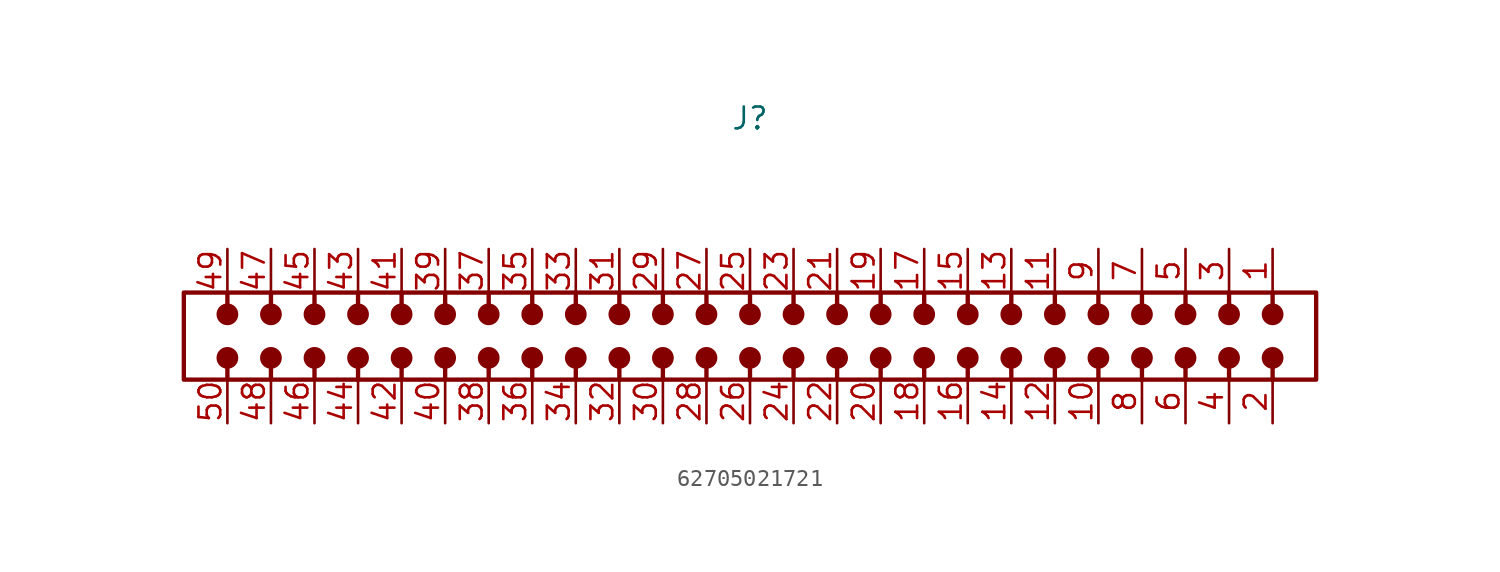
<source format=kicad_sym>
(kicad_symbol_lib
  (version 20241209)
  (generator "kicad_symbol_editor")
  (generator_version "9.0")
  (symbol "62705021721"
    (pin_names
      (hide yes))
    (property "Reference" "J"
      (at 0 12.7 0)
      (effects (font (size 1.27 1.27))))
    (symbol "62705021721_1_1"
      (rectangle (start -33.02 2.54) (end 33.02 -2.54) (stroke (width 0.254) (type solid)) (fill (type none)))
      (polyline (pts (xy -30.48 1.778) (xy -30.48 2.54)) (stroke (width 0.254) (type solid)) (fill (type none)))
      (circle (center -30.48 1.27) (radius 0.508) (stroke (width 0.254) (type solid)) (fill (type outline)))
      (circle (center -30.48 -1.27) (radius 0.508) (stroke (width 0.254) (type solid)) (fill (type outline)))
      (polyline (pts (xy -30.48 -1.778) (xy -30.48 -2.54)) (stroke (width 0.254) (type solid)) (fill (type none)))
      (polyline (pts (xy -27.94 1.778) (xy -27.94 2.54)) (stroke (width 0.254) (type solid)) (fill (type none)))
      (circle (center -27.94 1.27) (radius 0.508) (stroke (width 0.254) (type solid)) (fill (type outline)))
      (circle (center -27.94 -1.27) (radius 0.508) (stroke (width 0.254) (type solid)) (fill (type outline)))
      (polyline (pts (xy -27.94 -1.778) (xy -27.94 -2.54)) (stroke (width 0.254) (type solid)) (fill (type none)))
      (polyline (pts (xy -25.4 1.778) (xy -25.4 2.54)) (stroke (width 0.254) (type solid)) (fill (type none)))
      (circle (center -25.4 1.27) (radius 0.508) (stroke (width 0.254) (type solid)) (fill (type outline)))
      (circle (center -25.4 -1.27) (radius 0.508) (stroke (width 0.254) (type solid)) (fill (type outline)))
      (polyline (pts (xy -25.4 -1.778) (xy -25.4 -2.54)) (stroke (width 0.254) (type solid)) (fill (type none)))
      (polyline (pts (xy -22.86 1.778) (xy -22.86 2.54)) (stroke (width 0.254) (type solid)) (fill (type none)))
      (circle (center -22.86 1.27) (radius 0.508) (stroke (width 0.254) (type solid)) (fill (type outline)))
      (circle (center -22.86 -1.27) (radius 0.508) (stroke (width 0.254) (type solid)) (fill (type outline)))
      (polyline (pts (xy -22.86 -1.778) (xy -22.86 -2.54)) (stroke (width 0.254) (type solid)) (fill (type none)))
      (polyline (pts (xy -20.32 1.778) (xy -20.32 2.54)) (stroke (width 0.254) (type solid)) (fill (type none)))
      (circle (center -20.32 1.27) (radius 0.508) (stroke (width 0.254) (type solid)) (fill (type outline)))
      (circle (center -20.32 -1.27) (radius 0.508) (stroke (width 0.254) (type solid)) (fill (type outline)))
      (polyline (pts (xy -20.32 -1.778) (xy -20.32 -2.54)) (stroke (width 0.254) (type solid)) (fill (type none)))
      (polyline (pts (xy -17.78 1.778) (xy -17.78 2.54)) (stroke (width 0.254) (type solid)) (fill (type none)))
      (circle (center -17.78 1.27) (radius 0.508) (stroke (width 0.254) (type solid)) (fill (type outline)))
      (circle (center -17.78 -1.27) (radius 0.508) (stroke (width 0.254) (type solid)) (fill (type outline)))
      (polyline (pts (xy -17.78 -1.778) (xy -17.78 -2.54)) (stroke (width 0.254) (type solid)) (fill (type none)))
      (polyline (pts (xy -15.24 1.778) (xy -15.24 2.54)) (stroke (width 0.254) (type solid)) (fill (type none)))
      (circle (center -15.24 1.27) (radius 0.508) (stroke (width 0.254) (type solid)) (fill (type outline)))
      (circle (center -15.24 -1.27) (radius 0.508) (stroke (width 0.254) (type solid)) (fill (type outline)))
      (polyline (pts (xy -15.24 -1.778) (xy -15.24 -2.54)) (stroke (width 0.254) (type solid)) (fill (type none)))
      (polyline (pts (xy -12.7 1.778) (xy -12.7 2.54)) (stroke (width 0.254) (type solid)) (fill (type none)))
      (circle (center -12.7 1.27) (radius 0.508) (stroke (width 0.254) (type solid)) (fill (type outline)))
      (circle (center -12.7 -1.27) (radius 0.508) (stroke (width 0.254) (type solid)) (fill (type outline)))
      (polyline (pts (xy -12.7 -1.778) (xy -12.7 -2.54)) (stroke (width 0.254) (type solid)) (fill (type none)))
      (polyline (pts (xy -10.16 1.778) (xy -10.16 2.54)) (stroke (width 0.254) (type solid)) (fill (type none)))
      (circle (center -10.16 1.27) (radius 0.508) (stroke (width 0.254) (type solid)) (fill (type outline)))
      (circle (center -10.16 -1.27) (radius 0.508) (stroke (width 0.254) (type solid)) (fill (type outline)))
      (polyline (pts (xy -10.16 -1.778) (xy -10.16 -2.54)) (stroke (width 0.254) (type solid)) (fill (type none)))
      (polyline (pts (xy -7.62 1.778) (xy -7.62 2.54)) (stroke (width 0.254) (type solid)) (fill (type none)))
      (circle (center -7.62 1.27) (radius 0.508) (stroke (width 0.254) (type solid)) (fill (type outline)))
      (circle (center -7.62 -1.27) (radius 0.508) (stroke (width 0.254) (type solid)) (fill (type outline)))
      (polyline (pts (xy -7.62 -1.778) (xy -7.62 -2.54)) (stroke (width 0.254) (type solid)) (fill (type none)))
      (polyline (pts (xy -5.08 1.778) (xy -5.08 2.54)) (stroke (width 0.254) (type solid)) (fill (type none)))
      (circle (center -5.08 1.27) (radius 0.508) (stroke (width 0.254) (type solid)) (fill (type outline)))
      (circle (center -5.08 -1.27) (radius 0.508) (stroke (width 0.254) (type solid)) (fill (type outline)))
      (polyline (pts (xy -5.08 -1.778) (xy -5.08 -2.54)) (stroke (width 0.254) (type solid)) (fill (type none)))
      (polyline (pts (xy -2.54 1.778) (xy -2.54 2.54)) (stroke (width 0.254) (type solid)) (fill (type none)))
      (circle (center -2.54 1.27) (radius 0.508) (stroke (width 0.254) (type solid)) (fill (type outline)))
      (circle (center -2.54 -1.27) (radius 0.508) (stroke (width 0.254) (type solid)) (fill (type outline)))
      (polyline (pts (xy -2.54 -1.778) (xy -2.54 -2.54)) (stroke (width 0.254) (type solid)) (fill (type none)))
      (polyline (pts (xy 0 1.778) (xy 0 2.54)) (stroke (width 0.254) (type solid)) (fill (type none)))
      (circle (center 0 1.27) (radius 0.508) (stroke (width 0.254) (type solid)) (fill (type outline)))
      (circle (center 0 -1.27) (radius 0.508) (stroke (width 0.254) (type solid)) (fill (type outline)))
      (polyline (pts (xy 0 -1.778) (xy 0 -2.54)) (stroke (width 0.254) (type solid)) (fill (type none)))
      (polyline (pts (xy 2.54 1.778) (xy 2.54 2.54)) (stroke (width 0.254) (type solid)) (fill (type none)))
      (circle (center 2.54 1.27) (radius 0.508) (stroke (width 0.254) (type solid)) (fill (type outline)))
      (circle (center 2.54 -1.27) (radius 0.508) (stroke (width 0.254) (type solid)) (fill (type outline)))
      (polyline (pts (xy 2.54 -1.778) (xy 2.54 -2.54)) (stroke (width 0.254) (type solid)) (fill (type none)))
      (polyline (pts (xy 5.08 1.778) (xy 5.08 2.54)) (stroke (width 0.254) (type solid)) (fill (type none)))
      (circle (center 5.08 1.27) (radius 0.508) (stroke (width 0.254) (type solid)) (fill (type outline)))
      (circle (center 5.08 -1.27) (radius 0.508) (stroke (width 0.254) (type solid)) (fill (type outline)))
      (polyline (pts (xy 5.08 -1.778) (xy 5.08 -2.54)) (stroke (width 0.254) (type solid)) (fill (type none)))
      (polyline (pts (xy 7.62 1.778) (xy 7.62 2.54)) (stroke (width 0.254) (type solid)) (fill (type none)))
      (circle (center 7.62 1.27) (radius 0.508) (stroke (width 0.254) (type solid)) (fill (type outline)))
      (circle (center 7.62 -1.27) (radius 0.508) (stroke (width 0.254) (type solid)) (fill (type outline)))
      (polyline (pts (xy 7.62 -1.778) (xy 7.62 -2.54)) (stroke (width 0.254) (type solid)) (fill (type none)))
      (polyline (pts (xy 10.16 1.778) (xy 10.16 2.54)) (stroke (width 0.254) (type solid)) (fill (type none)))
      (circle (center 10.16 1.27) (radius 0.508) (stroke (width 0.254) (type solid)) (fill (type outline)))
      (circle (center 10.16 -1.27) (radius 0.508) (stroke (width 0.254) (type solid)) (fill (type outline)))
      (polyline (pts (xy 10.16 -1.778) (xy 10.16 -2.54)) (stroke (width 0.254) (type solid)) (fill (type none)))
      (polyline (pts (xy 12.7 1.778) (xy 12.7 2.54)) (stroke (width 0.254) (type solid)) (fill (type none)))
      (circle (center 12.7 1.27) (radius 0.508) (stroke (width 0.254) (type solid)) (fill (type outline)))
      (circle (center 12.7 -1.27) (radius 0.508) (stroke (width 0.254) (type solid)) (fill (type outline)))
      (polyline (pts (xy 12.7 -1.778) (xy 12.7 -2.54)) (stroke (width 0.254) (type solid)) (fill (type none)))
      (polyline (pts (xy 15.24 1.778) (xy 15.24 2.54)) (stroke (width 0.254) (type solid)) (fill (type none)))
      (circle (center 15.24 1.27) (radius 0.508) (stroke (width 0.254) (type solid)) (fill (type outline)))
      (circle (center 15.24 -1.27) (radius 0.508) (stroke (width 0.254) (type solid)) (fill (type outline)))
      (polyline (pts (xy 15.24 -1.778) (xy 15.24 -2.54)) (stroke (width 0.254) (type solid)) (fill (type none)))
      (polyline (pts (xy 17.78 1.778) (xy 17.78 2.54)) (stroke (width 0.254) (type solid)) (fill (type none)))
      (circle (center 17.78 1.27) (radius 0.508) (stroke (width 0.254) (type solid)) (fill (type outline)))
      (circle (center 17.78 -1.27) (radius 0.508) (stroke (width 0.254) (type solid)) (fill (type outline)))
      (polyline (pts (xy 17.78 -1.778) (xy 17.78 -2.54)) (stroke (width 0.254) (type solid)) (fill (type none)))
      (polyline (pts (xy 20.32 1.778) (xy 20.32 2.54)) (stroke (width 0.254) (type solid)) (fill (type none)))
      (circle (center 20.32 1.27) (radius 0.508) (stroke (width 0.254) (type solid)) (fill (type outline)))
      (circle (center 20.32 -1.27) (radius 0.508) (stroke (width 0.254) (type solid)) (fill (type outline)))
      (polyline (pts (xy 20.32 -1.778) (xy 20.32 -2.54)) (stroke (width 0.254) (type solid)) (fill (type none)))
      (polyline (pts (xy 22.86 1.778) (xy 22.86 2.54)) (stroke (width 0.254) (type solid)) (fill (type none)))
      (circle (center 22.86 1.27) (radius 0.508) (stroke (width 0.254) (type solid)) (fill (type outline)))
      (circle (center 22.86 -1.27) (radius 0.508) (stroke (width 0.254) (type solid)) (fill (type outline)))
      (polyline (pts (xy 22.86 -1.778) (xy 22.86 -2.54)) (stroke (width 0.254) (type solid)) (fill (type none)))
      (polyline (pts (xy 25.4 1.778) (xy 25.4 2.54)) (stroke (width 0.254) (type solid)) (fill (type none)))
      (circle (center 25.4 1.27) (radius 0.508) (stroke (width 0.254) (type solid)) (fill (type outline)))
      (circle (center 25.4 -1.27) (radius 0.508) (stroke (width 0.254) (type solid)) (fill (type outline)))
      (polyline (pts (xy 25.4 -1.778) (xy 25.4 -2.54)) (stroke (width 0.254) (type solid)) (fill (type none)))
      (polyline (pts (xy 27.94 1.778) (xy 27.94 2.54)) (stroke (width 0.254) (type solid)) (fill (type none)))
      (circle (center 27.94 1.27) (radius 0.508) (stroke (width 0.254) (type solid)) (fill (type outline)))
      (circle (center 27.94 -1.27) (radius 0.508) (stroke (width 0.254) (type solid)) (fill (type outline)))
      (polyline (pts (xy 27.94 -1.778) (xy 27.94 -2.54)) (stroke (width 0.254) (type solid)) (fill (type none)))
      (polyline (pts (xy 30.48 1.778) (xy 30.48 2.54)) (stroke (width 0.254) (type solid)) (fill (type none)))
      (circle (center 30.48 1.27) (radius 0.508) (stroke (width 0.254) (type solid)) (fill (type outline)))
      (circle (center 30.48 -1.27) (radius 0.508) (stroke (width 0.254) (type solid)) (fill (type outline)))
      (polyline (pts (xy 30.48 -1.778) (xy 30.48 -2.54)) (stroke (width 0.254) (type solid)) (fill (type none)))
      (pin passive line (at -30.48 5.08 270) (length 2.54) (name "49" (effects (font (size 1.27 1.27)))) (number "49" (effects (font (size 1.27 1.27)))))
      (pin passive line (at -30.48 -5.08 90) (length 2.54) (name "50" (effects (font (size 1.27 1.27)))) (number "50" (effects (font (size 1.27 1.27)))))
      (pin passive line (at -27.94 5.08 270) (length 2.54) (name "47" (effects (font (size 1.27 1.27)))) (number "47" (effects (font (size 1.27 1.27)))))
      (pin passive line (at -27.94 -5.08 90) (length 2.54) (name "48" (effects (font (size 1.27 1.27)))) (number "48" (effects (font (size 1.27 1.27)))))
      (pin passive line (at -25.4 5.08 270) (length 2.54) (name "45" (effects (font (size 1.27 1.27)))) (number "45" (effects (font (size 1.27 1.27)))))
      (pin passive line (at -25.4 -5.08 90) (length 2.54) (name "46" (effects (font (size 1.27 1.27)))) (number "46" (effects (font (size 1.27 1.27)))))
      (pin passive line (at -22.86 5.08 270) (length 2.54) (name "43" (effects (font (size 1.27 1.27)))) (number "43" (effects (font (size 1.27 1.27)))))
      (pin passive line (at -22.86 -5.08 90) (length 2.54) (name "44" (effects (font (size 1.27 1.27)))) (number "44" (effects (font (size 1.27 1.27)))))
      (pin passive line (at -20.32 5.08 270) (length 2.54) (name "41" (effects (font (size 1.27 1.27)))) (number "41" (effects (font (size 1.27 1.27)))))
      (pin passive line (at -20.32 -5.08 90) (length 2.54) (name "42" (effects (font (size 1.27 1.27)))) (number "42" (effects (font (size 1.27 1.27)))))
      (pin passive line (at -17.78 5.08 270) (length 2.54) (name "39" (effects (font (size 1.27 1.27)))) (number "39" (effects (font (size 1.27 1.27)))))
      (pin passive line (at -17.78 -5.08 90) (length 2.54) (name "40" (effects (font (size 1.27 1.27)))) (number "40" (effects (font (size 1.27 1.27)))))
      (pin passive line (at -15.24 5.08 270) (length 2.54) (name "37" (effects (font (size 1.27 1.27)))) (number "37" (effects (font (size 1.27 1.27)))))
      (pin passive line (at -15.24 -5.08 90) (length 2.54) (name "38" (effects (font (size 1.27 1.27)))) (number "38" (effects (font (size 1.27 1.27)))))
      (pin passive line (at -12.7 5.08 270) (length 2.54) (name "35" (effects (font (size 1.27 1.27)))) (number "35" (effects (font (size 1.27 1.27)))))
      (pin passive line (at -12.7 -5.08 90) (length 2.54) (name "36" (effects (font (size 1.27 1.27)))) (number "36" (effects (font (size 1.27 1.27)))))
      (pin passive line (at -10.16 5.08 270) (length 2.54) (name "33" (effects (font (size 1.27 1.27)))) (number "33" (effects (font (size 1.27 1.27)))))
      (pin passive line (at -10.16 -5.08 90) (length 2.54) (name "34" (effects (font (size 1.27 1.27)))) (number "34" (effects (font (size 1.27 1.27)))))
      (pin passive line (at -7.62 5.08 270) (length 2.54) (name "31" (effects (font (size 1.27 1.27)))) (number "31" (effects (font (size 1.27 1.27)))))
      (pin passive line (at -7.62 -5.08 90) (length 2.54) (name "32" (effects (font (size 1.27 1.27)))) (number "32" (effects (font (size 1.27 1.27)))))
      (pin passive line (at -5.08 5.08 270) (length 2.54) (name "29" (effects (font (size 1.27 1.27)))) (number "29" (effects (font (size 1.27 1.27)))))
      (pin passive line (at -5.08 -5.08 90) (length 2.54) (name "30" (effects (font (size 1.27 1.27)))) (number "30" (effects (font (size 1.27 1.27)))))
      (pin passive line (at -2.54 5.08 270) (length 2.54) (name "27" (effects (font (size 1.27 1.27)))) (number "27" (effects (font (size 1.27 1.27)))))
      (pin passive line (at -2.54 -5.08 90) (length 2.54) (name "28" (effects (font (size 1.27 1.27)))) (number "28" (effects (font (size 1.27 1.27)))))
      (pin passive line (at 0 5.08 270) (length 2.54) (name "25" (effects (font (size 1.27 1.27)))) (number "25" (effects (font (size 1.27 1.27)))))
      (pin passive line (at 0 -5.08 90) (length 2.54) (name "26" (effects (font (size 1.27 1.27)))) (number "26" (effects (font (size 1.27 1.27)))))
      (pin passive line (at 2.54 5.08 270) (length 2.54) (name "23" (effects (font (size 1.27 1.27)))) (number "23" (effects (font (size 1.27 1.27)))))
      (pin passive line (at 2.54 -5.08 90) (length 2.54) (name "24" (effects (font (size 1.27 1.27)))) (number "24" (effects (font (size 1.27 1.27)))))
      (pin passive line (at 5.08 5.08 270) (length 2.54) (name "21" (effects (font (size 1.27 1.27)))) (number "21" (effects (font (size 1.27 1.27)))))
      (pin passive line (at 5.08 -5.08 90) (length 2.54) (name "22" (effects (font (size 1.27 1.27)))) (number "22" (effects (font (size 1.27 1.27)))))
      (pin passive line (at 7.62 5.08 270) (length 2.54) (name "19" (effects (font (size 1.27 1.27)))) (number "19" (effects (font (size 1.27 1.27)))))
      (pin passive line (at 7.62 -5.08 90) (length 2.54) (name "20" (effects (font (size 1.27 1.27)))) (number "20" (effects (font (size 1.27 1.27)))))
      (pin passive line (at 10.16 5.08 270) (length 2.54) (name "17" (effects (font (size 1.27 1.27)))) (number "17" (effects (font (size 1.27 1.27)))))
      (pin passive line (at 10.16 -5.08 90) (length 2.54) (name "18" (effects (font (size 1.27 1.27)))) (number "18" (effects (font (size 1.27 1.27)))))
      (pin passive line (at 12.7 5.08 270) (length 2.54) (name "15" (effects (font (size 1.27 1.27)))) (number "15" (effects (font (size 1.27 1.27)))))
      (pin passive line (at 12.7 -5.08 90) (length 2.54) (name "16" (effects (font (size 1.27 1.27)))) (number "16" (effects (font (size 1.27 1.27)))))
      (pin passive line (at 15.24 5.08 270) (length 2.54) (name "13" (effects (font (size 1.27 1.27)))) (number "13" (effects (font (size 1.27 1.27)))))
      (pin passive line (at 15.24 -5.08 90) (length 2.54) (name "14" (effects (font (size 1.27 1.27)))) (number "14" (effects (font (size 1.27 1.27)))))
      (pin passive line (at 17.78 5.08 270) (length 2.54) (name "11" (effects (font (size 1.27 1.27)))) (number "11" (effects (font (size 1.27 1.27)))))
      (pin passive line (at 17.78 -5.08 90) (length 2.54) (name "12" (effects (font (size 1.27 1.27)))) (number "12" (effects (font (size 1.27 1.27)))))
      (pin passive line (at 20.32 5.08 270) (length 2.54) (name "9" (effects (font (size 1.27 1.27)))) (number "9" (effects (font (size 1.27 1.27)))))
      (pin passive line (at 20.32 -5.08 90) (length 2.54) (name "10" (effects (font (size 1.27 1.27)))) (number "10" (effects (font (size 1.27 1.27)))))
      (pin passive line (at 22.86 5.08 270) (length 2.54) (name "7" (effects (font (size 1.27 1.27)))) (number "7" (effects (font (size 1.27 1.27)))))
      (pin passive line (at 22.86 -5.08 90) (length 2.54) (name "8" (effects (font (size 1.27 1.27)))) (number "8" (effects (font (size 1.27 1.27)))))
      (pin passive line (at 25.4 5.08 270) (length 2.54) (name "5" (effects (font (size 1.27 1.27)))) (number "5" (effects (font (size 1.27 1.27)))))
      (pin passive line (at 25.4 -5.08 90) (length 2.54) (name "6" (effects (font (size 1.27 1.27)))) (number "6" (effects (font (size 1.27 1.27)))))
      (pin passive line (at 27.94 5.08 270) (length 2.54) (name "3" (effects (font (size 1.27 1.27)))) (number "3" (effects (font (size 1.27 1.27)))))
      (pin passive line (at 27.94 -5.08 90) (length 2.54) (name "4" (effects (font (size 1.27 1.27)))) (number "4" (effects (font (size 1.27 1.27)))))
      (pin passive line (at 30.48 5.08 270) (length 2.54) (name "1" (effects (font (size 1.27 1.27)))) (number "1" (effects (font (size 1.27 1.27)))))
      (pin passive line (at 30.48 -5.08 90) (length 2.54) (name "2" (effects (font (size 1.27 1.27)))) (number "2" (effects (font (size 1.27 1.27))))))))
</source>
